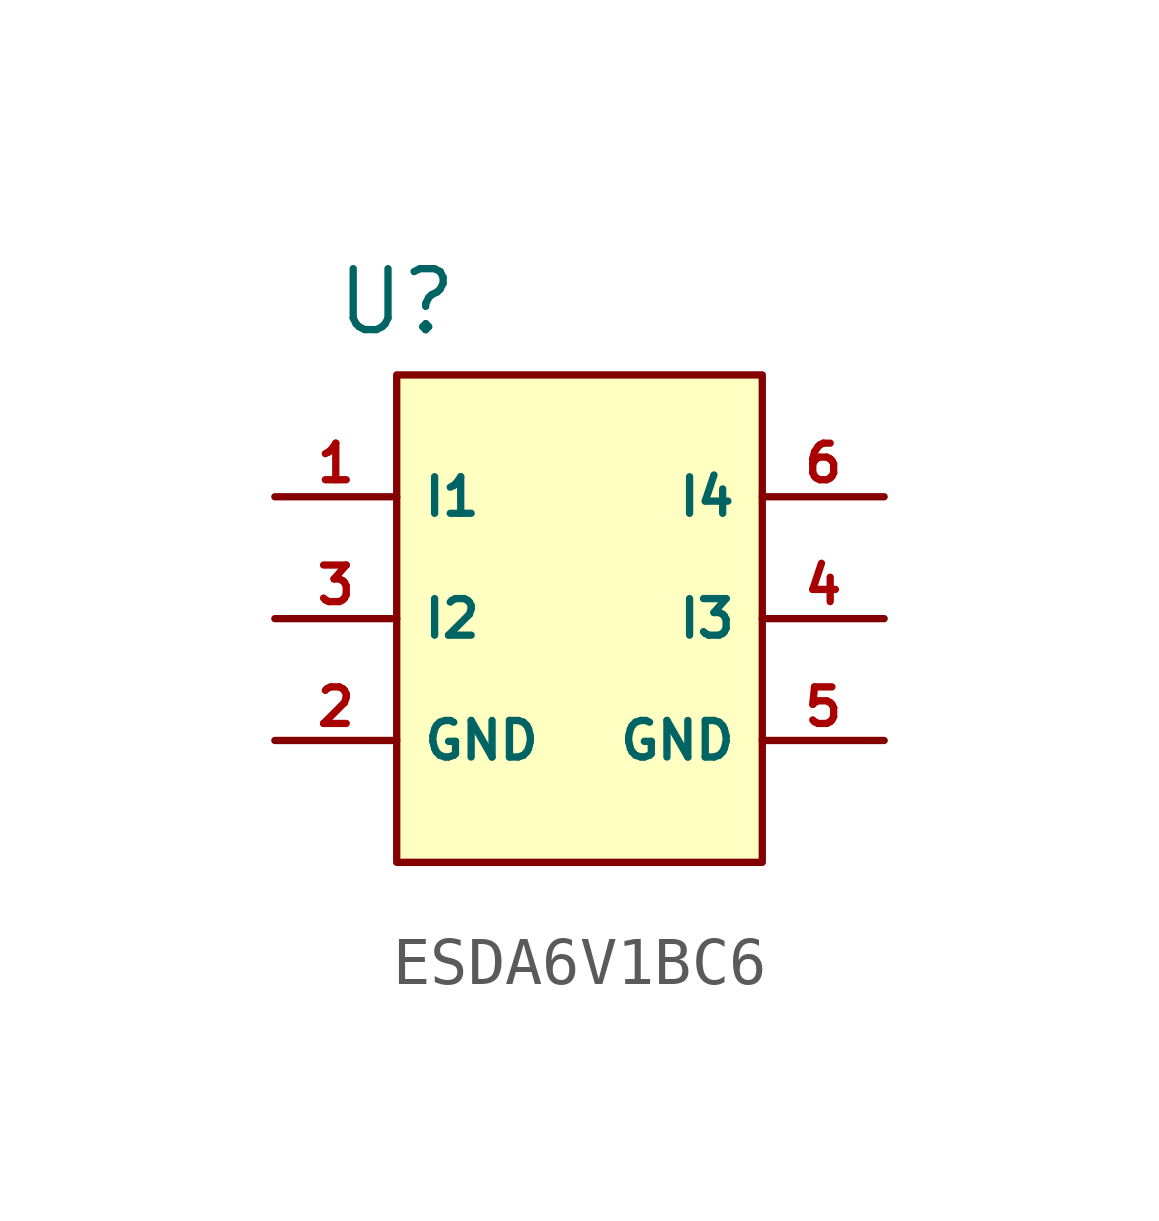
<source format=kicad_sym>
(kicad_symbol_lib
  (version 20231120)
  (generator "kicad_symbol_editor")
  (generator_version "8.0")
  (symbol "ESDA6V1BC6"
    (property "Reference" "U"
      (at 0 1.524 0)
      (effects (font (size 1.27 1.27))))
    (property "Value" ""
      (at 0 0 0)
      (effects (font (size 1.27 1.27))))
    (symbol "ESDA6V1BC6_1_1"
      (rectangle (start 0 0) (end 7.62 -10.16) (stroke (width 0) (type default)) (fill (type background)))
      (pin bidirectional line (at -2.54 -2.54 0) (length 2.54) (name "I1" (effects (font (size 0.762 0.762)))) (number "1" (effects (font (size 0.762 0.762)))))
      (pin input line (at -2.54 -7.62 0) (length 2.54) (name "GND" (effects (font (size 0.762 0.762)))) (number "2" (effects (font (size 0.762 0.762)))))
      (pin bidirectional line (at -2.54 -5.08 0) (length 2.54) (name "I2" (effects (font (size 0.762 0.762)))) (number "3" (effects (font (size 0.762 0.762)))))
      (pin bidirectional line (at 10.16 -5.08 180) (length 2.54) (name "I3" (effects (font (size 0.762 0.762)))) (number "4" (effects (font (size 0.762 0.762)))))
      (pin input line (at 10.16 -7.62 180) (length 2.54) (name "GND" (effects (font (size 0.762 0.762)))) (number "5" (effects (font (size 0.762 0.762)))))
      (pin bidirectional line (at 10.16 -2.54 180) (length 2.54) (name "I4" (effects (font (size 0.762 0.762)))) (number "6" (effects (font (size 0.762 0.762))))))))
</source>
